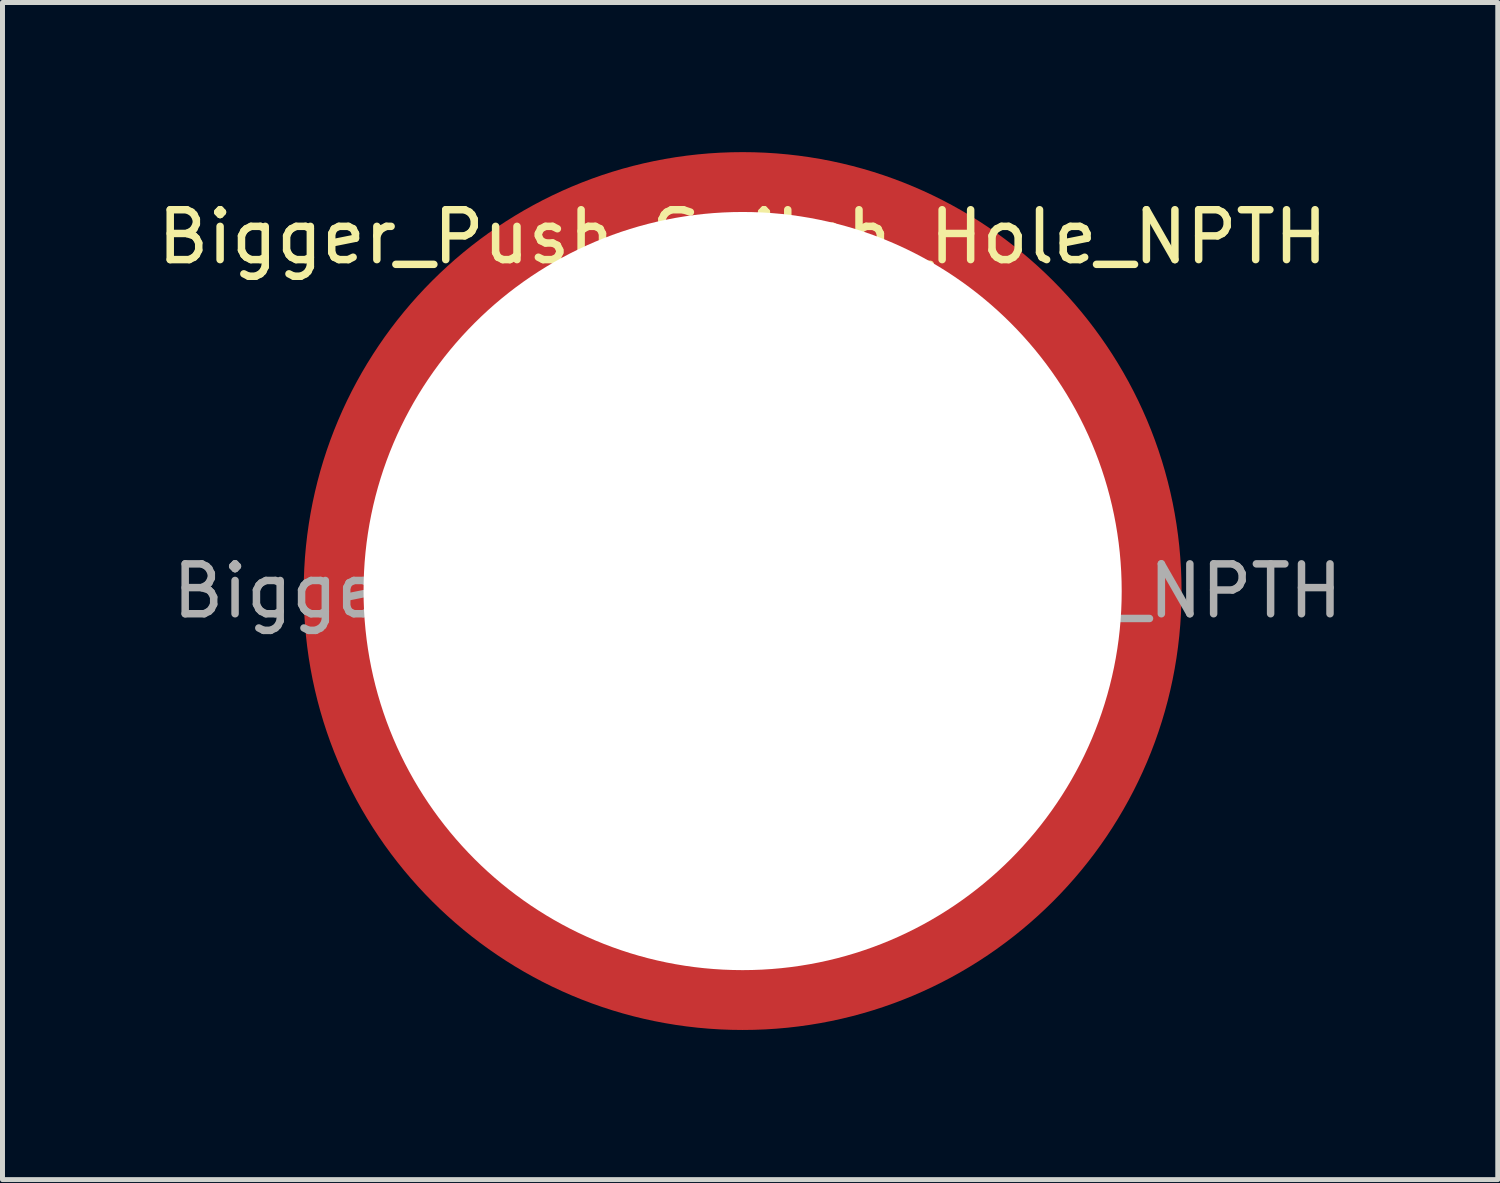
<source format=kicad_pcb>
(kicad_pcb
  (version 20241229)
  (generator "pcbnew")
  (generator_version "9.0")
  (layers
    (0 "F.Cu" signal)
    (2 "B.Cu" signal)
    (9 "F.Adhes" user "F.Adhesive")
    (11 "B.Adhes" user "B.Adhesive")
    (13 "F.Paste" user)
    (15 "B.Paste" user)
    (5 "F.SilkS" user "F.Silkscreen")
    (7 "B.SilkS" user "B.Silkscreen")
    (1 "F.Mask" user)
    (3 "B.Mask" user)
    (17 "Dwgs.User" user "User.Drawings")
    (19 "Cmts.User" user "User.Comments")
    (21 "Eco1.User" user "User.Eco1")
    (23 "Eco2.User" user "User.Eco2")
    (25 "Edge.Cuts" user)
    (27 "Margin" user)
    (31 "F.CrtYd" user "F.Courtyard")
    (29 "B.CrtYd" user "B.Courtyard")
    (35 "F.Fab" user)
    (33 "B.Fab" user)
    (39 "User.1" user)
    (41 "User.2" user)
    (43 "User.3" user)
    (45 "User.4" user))
  (footprint "Bigger_Push_Switch_Hole_NPTH"
    (layer "F.Cu")
    (at 11.839 8.8)
    (property "Reference" "Bigger_Push_Switch_Hole_NPTH" (at 0 -7.1 0) (layer "F.SilkS") (effects (font (size 1 1) (thickness 0.15))))
    (attr exclude_from_pos_files exclude_from_bom)
    (fp_circle (center 0 0) (end 6 0) (stroke (width 0.15) (type solid)) (fill no) (layer "Cmts.User"))
    (fp_circle (center 0 0) (end 6.25 0) (stroke (width 0.05) (type solid)) (fill no) (layer "F.CrtYd"))
    (fp_text user "${REFERENCE}" (at 0.3 0 0) (layer "F.Fab") (effects (font (size 1 1) (thickness 0.15))))
    (pad "" np_thru_hole circle (at 0 0) (size 15.2 15.2) (drill 15.2) (layers "*.Cu" "*.Mask"))
    (pad "1" connect circle (at 0 0) (size 17.6 17.6) (layers "F.Cu" "F.Mask")))
  (gr_rect
    (start -3 -3)
    (end 26.979 20.6)
    (stroke (width 0.1) (type default))
    (fill no)
    (layer "Edge.Cuts")))
</source>
